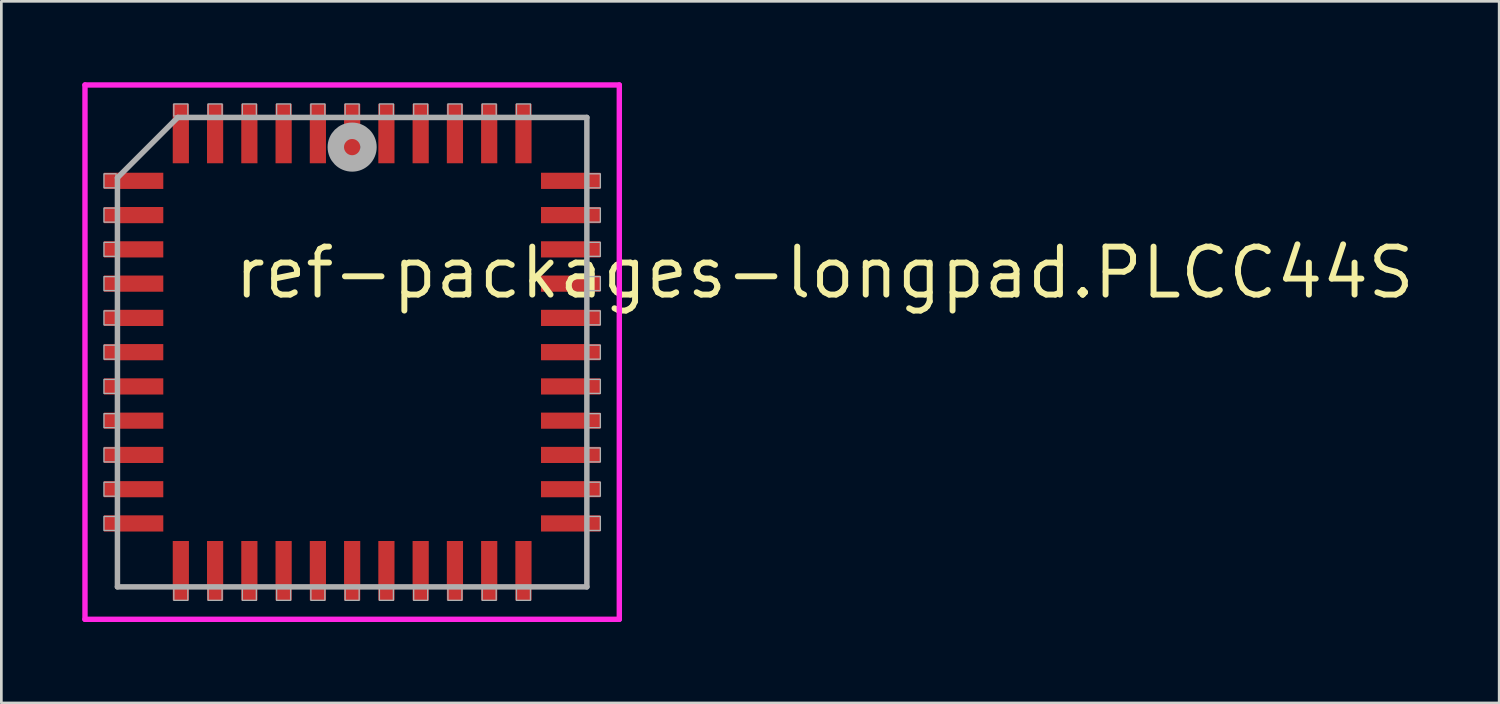
<source format=kicad_pcb>
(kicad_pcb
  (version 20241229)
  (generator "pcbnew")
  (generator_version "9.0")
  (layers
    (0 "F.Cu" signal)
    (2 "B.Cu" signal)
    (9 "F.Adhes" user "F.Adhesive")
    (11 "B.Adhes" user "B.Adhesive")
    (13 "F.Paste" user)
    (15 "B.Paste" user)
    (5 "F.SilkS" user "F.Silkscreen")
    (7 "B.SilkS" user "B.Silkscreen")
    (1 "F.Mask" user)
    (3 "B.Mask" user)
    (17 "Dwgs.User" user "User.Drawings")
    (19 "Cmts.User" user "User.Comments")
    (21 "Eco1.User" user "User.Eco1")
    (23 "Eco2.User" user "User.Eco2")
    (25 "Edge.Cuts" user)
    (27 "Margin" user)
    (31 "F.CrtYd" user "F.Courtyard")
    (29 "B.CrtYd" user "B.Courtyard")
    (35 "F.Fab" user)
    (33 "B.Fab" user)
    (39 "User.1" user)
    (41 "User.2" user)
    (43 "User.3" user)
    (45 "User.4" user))
  (footprint "ref-packages-longpad.PLCC44S"
    (layer "F.Cu")
    (at 10.003 10.003)
    (property "Reference" "ref-packages-longpad.PLCC44S" (at -4.475 -1.905 0) (layer "F.SilkS") (effects (font (size 1.778 1.778) (thickness 0.22)) (justify left bottom)))
    (attr smd)
    (fp_line (start -9.903 -9.903) (end 9.903 -9.903) (stroke (width 0.2) (type default)) (layer "F.CrtYd"))
    (fp_line (start -9.903 9.903) (end -9.903 -9.903) (stroke (width 0.2) (type default)) (layer "F.CrtYd"))
    (fp_line (start 9.903 -9.903) (end 9.903 9.903) (stroke (width 0.2) (type default)) (layer "F.CrtYd"))
    (fp_line (start 9.903 9.903) (end -9.903 9.903) (stroke (width 0.2) (type default)) (layer "F.CrtYd"))
    (fp_line (start -8.7 -6.465) (end -8.7 8.7) (stroke (width 0.203) (type default)) (layer "F.Fab"))
    (fp_line (start -8.7 8.7) (end 8.7 8.7) (stroke (width 0.203) (type default)) (layer "F.Fab"))
    (fp_line (start -6.465 -8.7) (end -8.7 -6.465) (stroke (width 0.203) (type default)) (layer "F.Fab"))
    (fp_line (start 8.7 -8.7) (end -6.465 -8.7) (stroke (width 0.203) (type default)) (layer "F.Fab"))
    (fp_line (start 8.7 8.7) (end 8.7 -8.7) (stroke (width 0.203) (type default)) (layer "F.Fab"))
    (fp_rect (start -9.2 -6.09) (end -8.75 -6.61) (stroke (width 0.05) (type default)) (fill no) (layer "F.Fab"))
    (fp_rect (start -9.2 -4.82) (end -8.75 -5.34) (stroke (width 0.05) (type default)) (fill no) (layer "F.Fab"))
    (fp_rect (start -9.2 -3.55) (end -8.75 -4.07) (stroke (width 0.05) (type default)) (fill no) (layer "F.Fab"))
    (fp_rect (start -9.2 -2.28) (end -8.75 -2.8) (stroke (width 0.05) (type default)) (fill no) (layer "F.Fab"))
    (fp_rect (start -9.2 -1.01) (end -8.75 -1.53) (stroke (width 0.05) (type default)) (fill no) (layer "F.Fab"))
    (fp_rect (start -9.2 0.26) (end -8.75 -0.26) (stroke (width 0.05) (type default)) (fill no) (layer "F.Fab"))
    (fp_rect (start -9.2 1.53) (end -8.75 1.01) (stroke (width 0.05) (type default)) (fill no) (layer "F.Fab"))
    (fp_rect (start -9.2 2.8) (end -8.75 2.28) (stroke (width 0.05) (type default)) (fill no) (layer "F.Fab"))
    (fp_rect (start -9.2 4.07) (end -8.75 3.55) (stroke (width 0.05) (type default)) (fill no) (layer "F.Fab"))
    (fp_rect (start -9.2 5.34) (end -8.75 4.82) (stroke (width 0.05) (type default)) (fill no) (layer "F.Fab"))
    (fp_rect (start -9.2 6.61) (end -8.75 6.09) (stroke (width 0.05) (type default)) (fill no) (layer "F.Fab"))
    (fp_rect (start -6.61 -8.75) (end -6.09 -9.2) (stroke (width 0.05) (type default)) (fill no) (layer "F.Fab"))
    (fp_rect (start -6.61 9.2) (end -6.09 8.75) (stroke (width 0.05) (type default)) (fill no) (layer "F.Fab"))
    (fp_rect (start -5.34 -8.75) (end -4.82 -9.2) (stroke (width 0.05) (type default)) (fill no) (layer "F.Fab"))
    (fp_rect (start -5.34 9.2) (end -4.82 8.75) (stroke (width 0.05) (type default)) (fill no) (layer "F.Fab"))
    (fp_rect (start -4.07 -8.75) (end -3.55 -9.2) (stroke (width 0.05) (type default)) (fill no) (layer "F.Fab"))
    (fp_rect (start -4.07 9.2) (end -3.55 8.75) (stroke (width 0.05) (type default)) (fill no) (layer "F.Fab"))
    (fp_rect (start -2.8 -8.75) (end -2.28 -9.2) (stroke (width 0.05) (type default)) (fill no) (layer "F.Fab"))
    (fp_rect (start -2.8 9.2) (end -2.28 8.75) (stroke (width 0.05) (type default)) (fill no) (layer "F.Fab"))
    (fp_rect (start -1.53 -8.75) (end -1.01 -9.2) (stroke (width 0.05) (type default)) (fill no) (layer "F.Fab"))
    (fp_rect (start -1.53 9.2) (end -1.01 8.75) (stroke (width 0.05) (type default)) (fill no) (layer "F.Fab"))
    (fp_rect (start -0.26 -8.75) (end 0.26 -9.2) (stroke (width 0.05) (type default)) (fill no) (layer "F.Fab"))
    (fp_rect (start -0.26 9.2) (end 0.26 8.75) (stroke (width 0.05) (type default)) (fill no) (layer "F.Fab"))
    (fp_rect (start 1.01 -8.75) (end 1.53 -9.2) (stroke (width 0.05) (type default)) (fill no) (layer "F.Fab"))
    (fp_rect (start 1.01 9.2) (end 1.53 8.75) (stroke (width 0.05) (type default)) (fill no) (layer "F.Fab"))
    (fp_rect (start 2.28 -8.75) (end 2.8 -9.2) (stroke (width 0.05) (type default)) (fill no) (layer "F.Fab"))
    (fp_rect (start 2.28 9.2) (end 2.8 8.75) (stroke (width 0.05) (type default)) (fill no) (layer "F.Fab"))
    (fp_rect (start 3.55 -8.75) (end 4.07 -9.2) (stroke (width 0.05) (type default)) (fill no) (layer "F.Fab"))
    (fp_rect (start 3.55 9.2) (end 4.07 8.75) (stroke (width 0.05) (type default)) (fill no) (layer "F.Fab"))
    (fp_rect (start 4.82 -8.75) (end 5.34 -9.2) (stroke (width 0.05) (type default)) (fill no) (layer "F.Fab"))
    (fp_rect (start 4.82 9.2) (end 5.34 8.75) (stroke (width 0.05) (type default)) (fill no) (layer "F.Fab"))
    (fp_rect (start 6.09 -8.75) (end 6.61 -9.2) (stroke (width 0.05) (type default)) (fill no) (layer "F.Fab"))
    (fp_rect (start 6.09 9.2) (end 6.61 8.75) (stroke (width 0.05) (type default)) (fill no) (layer "F.Fab"))
    (fp_rect (start 8.75 -6.09) (end 9.2 -6.61) (stroke (width 0.05) (type default)) (fill no) (layer "F.Fab"))
    (fp_rect (start 8.75 -4.82) (end 9.2 -5.34) (stroke (width 0.05) (type default)) (fill no) (layer "F.Fab"))
    (fp_rect (start 8.75 -3.55) (end 9.2 -4.07) (stroke (width 0.05) (type default)) (fill no) (layer "F.Fab"))
    (fp_rect (start 8.75 -2.28) (end 9.2 -2.8) (stroke (width 0.05) (type default)) (fill no) (layer "F.Fab"))
    (fp_rect (start 8.75 -1.01) (end 9.2 -1.53) (stroke (width 0.05) (type default)) (fill no) (layer "F.Fab"))
    (fp_rect (start 8.75 0.26) (end 9.2 -0.26) (stroke (width 0.05) (type default)) (fill no) (layer "F.Fab"))
    (fp_rect (start 8.75 1.53) (end 9.2 1.01) (stroke (width 0.05) (type default)) (fill no) (layer "F.Fab"))
    (fp_rect (start 8.75 2.8) (end 9.2 2.28) (stroke (width 0.05) (type default)) (fill no) (layer "F.Fab"))
    (fp_rect (start 8.75 4.07) (end 9.2 3.55) (stroke (width 0.05) (type default)) (fill no) (layer "F.Fab"))
    (fp_rect (start 8.75 5.34) (end 9.2 4.82) (stroke (width 0.05) (type default)) (fill no) (layer "F.Fab"))
    (fp_rect (start 8.75 6.61) (end 9.2 6.09) (stroke (width 0.05) (type default)) (fill no) (layer "F.Fab"))
    (fp_circle (center 0 -7.6) (end 0.3 -7.6) (stroke (width 0.61) (type default)) (fill no) (layer "F.Fab"))
    (pad "1" smd roundrect (at 0 -8.1) (size 0.6 2.2) (layers "F.Cu" "F.Mask" "F.Paste") (roundrect_rratio 0.01))
    (pad "2" smd roundrect (at -1.27 -8.1) (size 0.6 2.2) (layers "F.Cu" "F.Mask" "F.Paste") (roundrect_rratio 0.01))
    (pad "3" smd roundrect (at -2.54 -8.1) (size 0.6 2.2) (layers "F.Cu" "F.Mask" "F.Paste") (roundrect_rratio 0.01))
    (pad "4" smd roundrect (at -3.81 -8.1) (size 0.6 2.2) (layers "F.Cu" "F.Mask" "F.Paste") (roundrect_rratio 0.01))
    (pad "5" smd roundrect (at -5.08 -8.1) (size 0.6 2.2) (layers "F.Cu" "F.Mask" "F.Paste") (roundrect_rratio 0.01))
    (pad "6" smd roundrect (at -6.35 -8.1) (size 0.6 2.2) (layers "F.Cu" "F.Mask" "F.Paste") (roundrect_rratio 0.01))
    (pad "7" smd roundrect (at -8.1 -6.35) (size 2.2 0.6) (layers "F.Cu" "F.Mask" "F.Paste") (roundrect_rratio 0.01))
    (pad "8" smd roundrect (at -8.1 -5.08) (size 2.2 0.6) (layers "F.Cu" "F.Mask" "F.Paste") (roundrect_rratio 0.01))
    (pad "9" smd roundrect (at -8.1 -3.81) (size 2.2 0.6) (layers "F.Cu" "F.Mask" "F.Paste") (roundrect_rratio 0.01))
    (pad "10" smd roundrect (at -8.1 -2.54) (size 2.2 0.6) (layers "F.Cu" "F.Mask" "F.Paste") (roundrect_rratio 0.01))
    (pad "11" smd roundrect (at -8.1 -1.27) (size 2.2 0.6) (layers "F.Cu" "F.Mask" "F.Paste") (roundrect_rratio 0.01))
    (pad "12" smd roundrect (at -8.1 0) (size 2.2 0.6) (layers "F.Cu" "F.Mask" "F.Paste") (roundrect_rratio 0.01))
    (pad "13" smd roundrect (at -8.1 1.27) (size 2.2 0.6) (layers "F.Cu" "F.Mask" "F.Paste") (roundrect_rratio 0.01))
    (pad "14" smd roundrect (at -8.1 2.54) (size 2.2 0.6) (layers "F.Cu" "F.Mask" "F.Paste") (roundrect_rratio 0.01))
    (pad "15" smd roundrect (at -8.1 3.81) (size 2.2 0.6) (layers "F.Cu" "F.Mask" "F.Paste") (roundrect_rratio 0.01))
    (pad "16" smd roundrect (at -8.1 5.08) (size 2.2 0.6) (layers "F.Cu" "F.Mask" "F.Paste") (roundrect_rratio 0.01))
    (pad "17" smd roundrect (at -8.1 6.35) (size 2.2 0.6) (layers "F.Cu" "F.Mask" "F.Paste") (roundrect_rratio 0.01))
    (pad "18" smd roundrect (at -6.35 8.1) (size 0.6 2.2) (layers "F.Cu" "F.Mask" "F.Paste") (roundrect_rratio 0.01))
    (pad "19" smd roundrect (at -5.08 8.1) (size 0.6 2.2) (layers "F.Cu" "F.Mask" "F.Paste") (roundrect_rratio 0.01))
    (pad "20" smd roundrect (at -3.81 8.1) (size 0.6 2.2) (layers "F.Cu" "F.Mask" "F.Paste") (roundrect_rratio 0.01))
    (pad "21" smd roundrect (at -2.54 8.1) (size 0.6 2.2) (layers "F.Cu" "F.Mask" "F.Paste") (roundrect_rratio 0.01))
    (pad "22" smd roundrect (at -1.27 8.1) (size 0.6 2.2) (layers "F.Cu" "F.Mask" "F.Paste") (roundrect_rratio 0.01))
    (pad "23" smd roundrect (at 0 8.1) (size 0.6 2.2) (layers "F.Cu" "F.Mask" "F.Paste") (roundrect_rratio 0.01))
    (pad "24" smd roundrect (at 1.27 8.1) (size 0.6 2.2) (layers "F.Cu" "F.Mask" "F.Paste") (roundrect_rratio 0.01))
    (pad "25" smd roundrect (at 2.54 8.1) (size 0.6 2.2) (layers "F.Cu" "F.Mask" "F.Paste") (roundrect_rratio 0.01))
    (pad "26" smd roundrect (at 3.81 8.1) (size 0.6 2.2) (layers "F.Cu" "F.Mask" "F.Paste") (roundrect_rratio 0.01))
    (pad "27" smd roundrect (at 5.08 8.1) (size 0.6 2.2) (layers "F.Cu" "F.Mask" "F.Paste") (roundrect_rratio 0.01))
    (pad "28" smd roundrect (at 6.35 8.1) (size 0.6 2.2) (layers "F.Cu" "F.Mask" "F.Paste") (roundrect_rratio 0.01))
    (pad "29" smd roundrect (at 8.1 6.35) (size 2.2 0.6) (layers "F.Cu" "F.Mask" "F.Paste") (roundrect_rratio 0.01))
    (pad "30" smd roundrect (at 8.1 5.08) (size 2.2 0.6) (layers "F.Cu" "F.Mask" "F.Paste") (roundrect_rratio 0.01))
    (pad "31" smd roundrect (at 8.1 3.81) (size 2.2 0.6) (layers "F.Cu" "F.Mask" "F.Paste") (roundrect_rratio 0.01))
    (pad "32" smd roundrect (at 8.1 2.54) (size 2.2 0.6) (layers "F.Cu" "F.Mask" "F.Paste") (roundrect_rratio 0.01))
    (pad "33" smd roundrect (at 8.1 1.27) (size 2.2 0.6) (layers "F.Cu" "F.Mask" "F.Paste") (roundrect_rratio 0.01))
    (pad "34" smd roundrect (at 8.1 0) (size 2.2 0.6) (layers "F.Cu" "F.Mask" "F.Paste") (roundrect_rratio 0.01))
    (pad "35" smd roundrect (at 8.1 -1.27) (size 2.2 0.6) (layers "F.Cu" "F.Mask" "F.Paste") (roundrect_rratio 0.01))
    (pad "36" smd roundrect (at 8.1 -2.54) (size 2.2 0.6) (layers "F.Cu" "F.Mask" "F.Paste") (roundrect_rratio 0.01))
    (pad "37" smd roundrect (at 8.1 -3.81) (size 2.2 0.6) (layers "F.Cu" "F.Mask" "F.Paste") (roundrect_rratio 0.01))
    (pad "38" smd roundrect (at 8.1 -5.08) (size 2.2 0.6) (layers "F.Cu" "F.Mask" "F.Paste") (roundrect_rratio 0.01))
    (pad "39" smd roundrect (at 8.1 -6.35) (size 2.2 0.6) (layers "F.Cu" "F.Mask" "F.Paste") (roundrect_rratio 0.01))
    (pad "40" smd roundrect (at 6.35 -8.1) (size 0.6 2.2) (layers "F.Cu" "F.Mask" "F.Paste") (roundrect_rratio 0.01))
    (pad "41" smd roundrect (at 5.08 -8.1) (size 0.6 2.2) (layers "F.Cu" "F.Mask" "F.Paste") (roundrect_rratio 0.01))
    (pad "42" smd roundrect (at 3.81 -8.1) (size 0.6 2.2) (layers "F.Cu" "F.Mask" "F.Paste") (roundrect_rratio 0.01))
    (pad "43" smd roundrect (at 2.54 -8.1) (size 0.6 2.2) (layers "F.Cu" "F.Mask" "F.Paste") (roundrect_rratio 0.01))
    (pad "44" smd roundrect (at 1.27 -8.1) (size 0.6 2.2) (layers "F.Cu" "F.Mask" "F.Paste") (roundrect_rratio 0.01)))
  (gr_rect
    (start -3 -3)
    (end 52.52 23.006)
    (stroke (width 0.1) (type default))
    (fill no)
    (layer "Edge.Cuts")))
</source>
